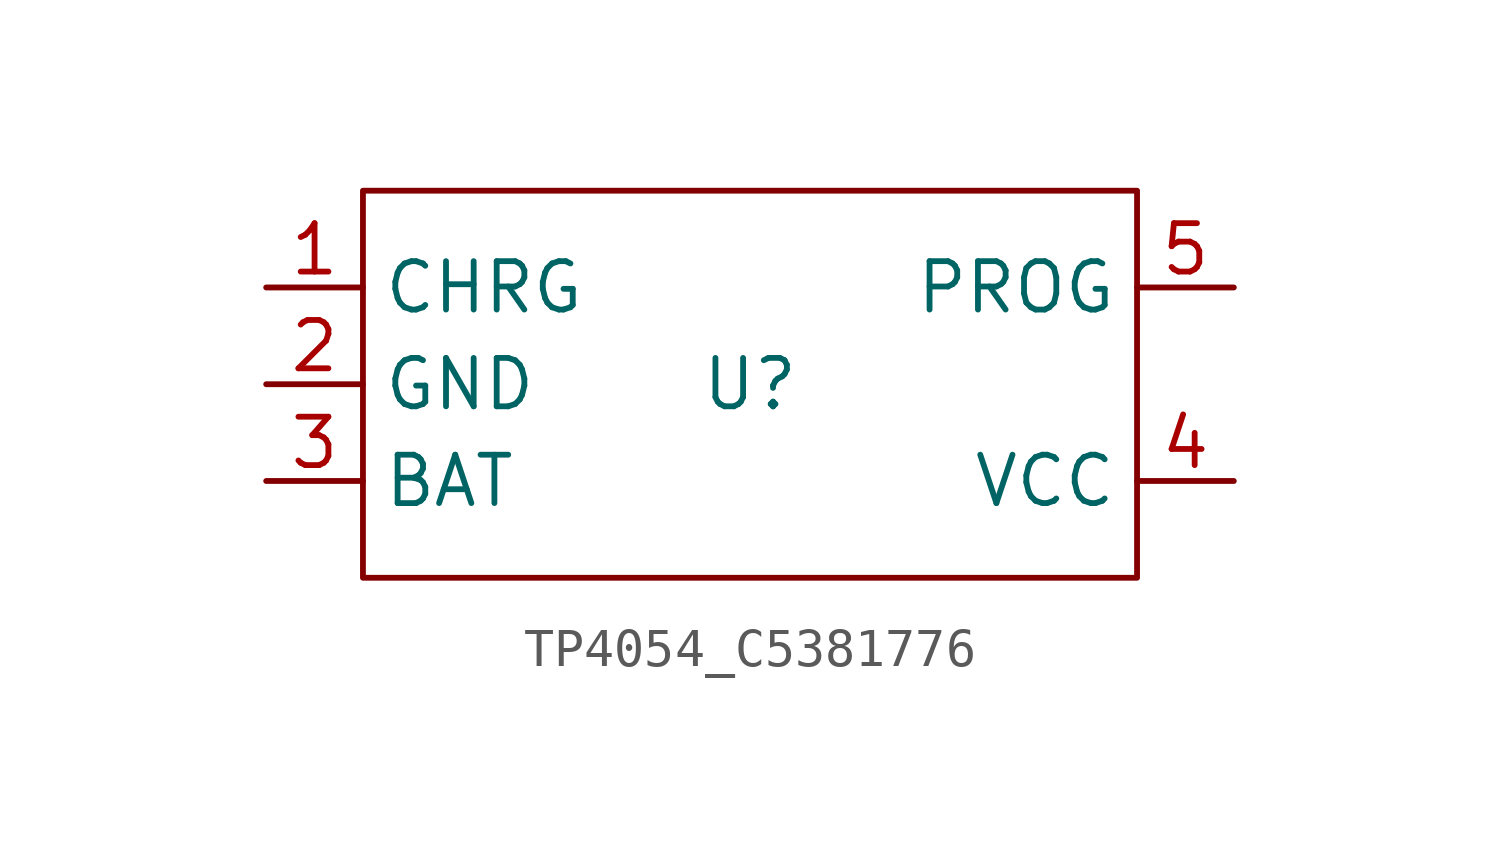
<source format=kicad_sym>
(kicad_symbol_lib
  (version 20241209)
  (generator "kicad_symbol_editor")
  (generator_version "9.0")
  (symbol "TP4054_C5381776"
    (property "Reference" "U"
      (at 0 0 0)
      (effects (font (size 1.27 1.27))))
    (property "Value" ""
      (at 0 0 0)
      (effects (font (size 1.27 1.27))))
    (symbol "TP4054_C5381776_1_0"
      (rectangle (start -10.16 5.08) (end 10.16 -5.08) (stroke (width 0) (type default)) (fill (type none)))
      (pin unspecified line (at -12.7 2.54 0) (length 2.54) (name "CHRG" (effects (font (size 1.27 1.27)))) (number "1" (effects (font (size 1.27 1.27)))))
      (pin unspecified line (at -12.7 0 0) (length 2.54) (name "GND" (effects (font (size 1.27 1.27)))) (number "2" (effects (font (size 1.27 1.27)))))
      (pin unspecified line (at -12.7 -2.54 0) (length 2.54) (name "BAT" (effects (font (size 1.27 1.27)))) (number "3" (effects (font (size 1.27 1.27)))))
      (pin unspecified line (at 12.7 2.54 180) (length 2.54) (name "PROG" (effects (font (size 1.27 1.27)))) (number "5" (effects (font (size 1.27 1.27)))))
      (pin unspecified line (at 12.7 -2.54 180) (length 2.54) (name "VCC" (effects (font (size 1.27 1.27)))) (number "4" (effects (font (size 1.27 1.27))))))))
</source>
